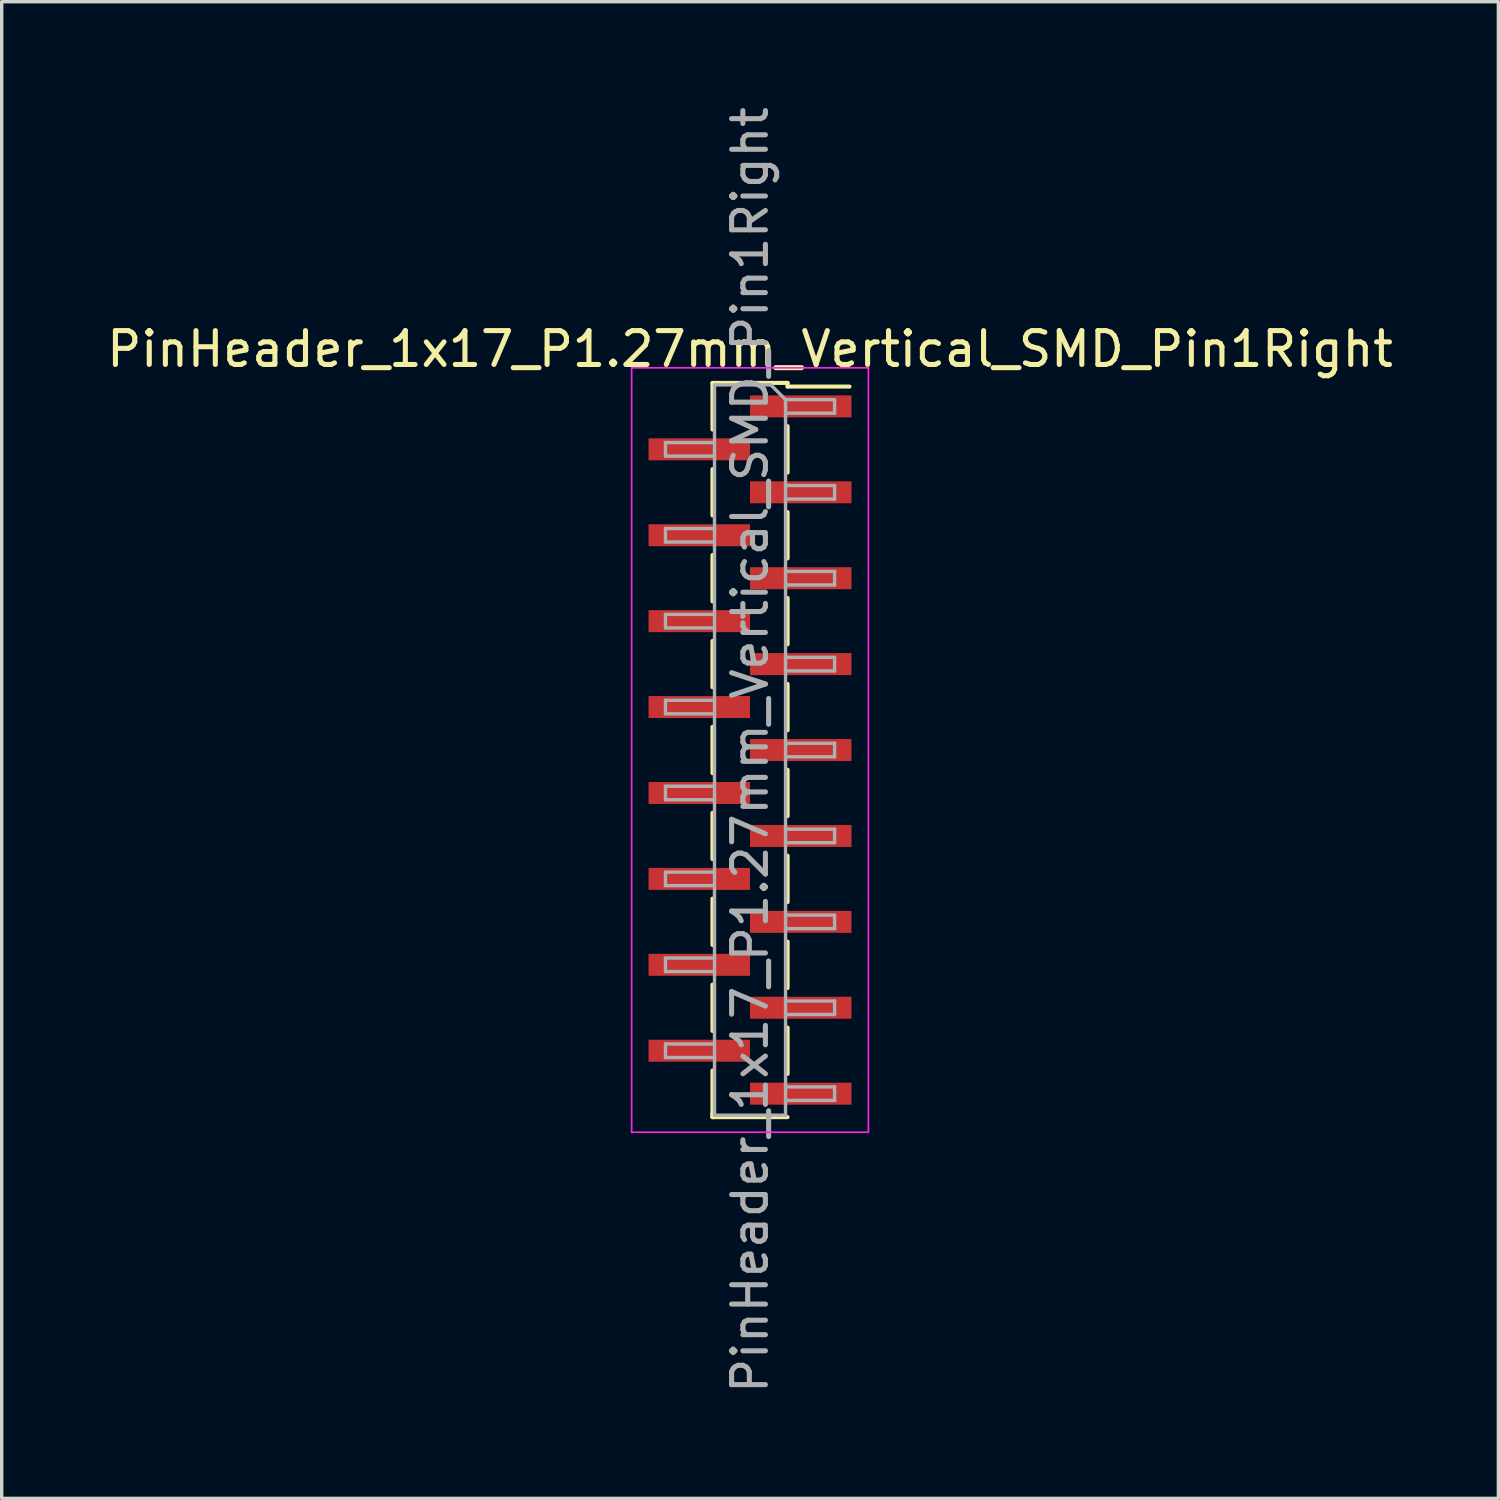
<source format=kicad_pcb>
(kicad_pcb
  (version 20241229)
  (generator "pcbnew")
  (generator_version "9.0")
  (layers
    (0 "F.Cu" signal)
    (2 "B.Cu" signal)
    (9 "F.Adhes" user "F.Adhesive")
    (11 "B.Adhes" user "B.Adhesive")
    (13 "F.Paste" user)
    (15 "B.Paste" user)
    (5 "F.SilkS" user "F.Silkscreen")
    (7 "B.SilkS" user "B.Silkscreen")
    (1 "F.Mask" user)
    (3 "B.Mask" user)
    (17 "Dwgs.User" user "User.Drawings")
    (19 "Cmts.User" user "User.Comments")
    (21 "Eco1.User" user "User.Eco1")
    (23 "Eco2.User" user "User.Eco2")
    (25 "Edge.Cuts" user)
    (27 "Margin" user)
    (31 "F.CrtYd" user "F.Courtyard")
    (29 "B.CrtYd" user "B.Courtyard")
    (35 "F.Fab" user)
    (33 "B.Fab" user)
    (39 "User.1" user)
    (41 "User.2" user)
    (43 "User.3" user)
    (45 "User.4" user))
  (footprint "PinHeader_1x17_P1.27mm_Vertical_SMD_Pin1Right"
    (layer "F.Cu")
    (at 19.125 19.125)
    (property "Reference" "PinHeader_1x17_P1.27mm_Vertical_SMD_Pin1Right" (at 0 -11.855 0) (layer "F.SilkS") (effects (font (size 1 1) (thickness 0.15))))
    (attr smd)
    (fp_line (start -1.11 -10.855) (end 1.11 -10.855) (stroke (width 0.12) (type solid)) (layer "F.SilkS"))
    (fp_line (start -1.11 -10.845) (end -1.11 -9.475) (stroke (width 0.12) (type solid)) (layer "F.SilkS"))
    (fp_line (start -1.11 -8.305) (end -1.11 -6.935) (stroke (width 0.12) (type solid)) (layer "F.SilkS"))
    (fp_line (start -1.11 -5.765) (end -1.11 -4.395) (stroke (width 0.12) (type solid)) (layer "F.SilkS"))
    (fp_line (start -1.11 -3.225) (end -1.11 -1.855) (stroke (width 0.12) (type solid)) (layer "F.SilkS"))
    (fp_line (start -1.11 -0.685) (end -1.11 0.685) (stroke (width 0.12) (type solid)) (layer "F.SilkS"))
    (fp_line (start -1.11 1.855) (end -1.11 3.225) (stroke (width 0.12) (type solid)) (layer "F.SilkS"))
    (fp_line (start -1.11 4.395) (end -1.11 5.765) (stroke (width 0.12) (type solid)) (layer "F.SilkS"))
    (fp_line (start -1.11 6.935) (end -1.11 8.305) (stroke (width 0.12) (type solid)) (layer "F.SilkS"))
    (fp_line (start -1.11 9.475) (end -1.11 10.845) (stroke (width 0.12) (type solid)) (layer "F.SilkS"))
    (fp_line (start -1.11 10.745) (end -1.11 10.855) (stroke (width 0.12) (type solid)) (layer "F.SilkS"))
    (fp_line (start -1.11 10.855) (end 1.11 10.855) (stroke (width 0.12) (type solid)) (layer "F.SilkS"))
    (fp_line (start 1.11 -10.855) (end 1.11 -10.745) (stroke (width 0.12) (type solid)) (layer "F.SilkS"))
    (fp_line (start 1.11 -10.745) (end 2.94 -10.745) (stroke (width 0.12) (type solid)) (layer "F.SilkS"))
    (fp_line (start 1.11 -9.575) (end 1.11 -8.205) (stroke (width 0.12) (type solid)) (layer "F.SilkS"))
    (fp_line (start 1.11 -7.035) (end 1.11 -5.665) (stroke (width 0.12) (type solid)) (layer "F.SilkS"))
    (fp_line (start 1.11 -4.495) (end 1.11 -3.125) (stroke (width 0.12) (type solid)) (layer "F.SilkS"))
    (fp_line (start 1.11 -1.955) (end 1.11 -0.585) (stroke (width 0.12) (type solid)) (layer "F.SilkS"))
    (fp_line (start 1.11 0.585) (end 1.11 1.955) (stroke (width 0.12) (type solid)) (layer "F.SilkS"))
    (fp_line (start 1.11 3.125) (end 1.11 4.495) (stroke (width 0.12) (type solid)) (layer "F.SilkS"))
    (fp_line (start 1.11 5.665) (end 1.11 7.035) (stroke (width 0.12) (type solid)) (layer "F.SilkS"))
    (fp_line (start 1.11 8.205) (end 1.11 9.575) (stroke (width 0.12) (type solid)) (layer "F.SilkS"))
    (fp_line (start -3.5 -11.3) (end -3.5 11.3) (stroke (width 0.05) (type solid)) (layer "F.CrtYd"))
    (fp_line (start -3.5 11.3) (end 3.5 11.3) (stroke (width 0.05) (type solid)) (layer "F.CrtYd"))
    (fp_line (start 3.5 -11.3) (end -3.5 -11.3) (stroke (width 0.05) (type solid)) (layer "F.CrtYd"))
    (fp_line (start 3.5 11.3) (end 3.5 -11.3) (stroke (width 0.05) (type solid)) (layer "F.CrtYd"))
    (fp_line (start -2.5 -9.09) (end -2.5 -8.69) (stroke (width 0.1) (type solid)) (layer "F.Fab"))
    (fp_line (start -2.5 -8.69) (end -1.05 -8.69) (stroke (width 0.1) (type solid)) (layer "F.Fab"))
    (fp_line (start -2.5 -6.55) (end -2.5 -6.15) (stroke (width 0.1) (type solid)) (layer "F.Fab"))
    (fp_line (start -2.5 -6.15) (end -1.05 -6.15) (stroke (width 0.1) (type solid)) (layer "F.Fab"))
    (fp_line (start -2.5 -4.01) (end -2.5 -3.61) (stroke (width 0.1) (type solid)) (layer "F.Fab"))
    (fp_line (start -2.5 -3.61) (end -1.05 -3.61) (stroke (width 0.1) (type solid)) (layer "F.Fab"))
    (fp_line (start -2.5 -1.47) (end -2.5 -1.07) (stroke (width 0.1) (type solid)) (layer "F.Fab"))
    (fp_line (start -2.5 -1.07) (end -1.05 -1.07) (stroke (width 0.1) (type solid)) (layer "F.Fab"))
    (fp_line (start -2.5 1.07) (end -2.5 1.47) (stroke (width 0.1) (type solid)) (layer "F.Fab"))
    (fp_line (start -2.5 1.47) (end -1.05 1.47) (stroke (width 0.1) (type solid)) (layer "F.Fab"))
    (fp_line (start -2.5 3.61) (end -2.5 4.01) (stroke (width 0.1) (type solid)) (layer "F.Fab"))
    (fp_line (start -2.5 4.01) (end -1.05 4.01) (stroke (width 0.1) (type solid)) (layer "F.Fab"))
    (fp_line (start -2.5 6.15) (end -2.5 6.55) (stroke (width 0.1) (type solid)) (layer "F.Fab"))
    (fp_line (start -2.5 6.55) (end -1.05 6.55) (stroke (width 0.1) (type solid)) (layer "F.Fab"))
    (fp_line (start -2.5 8.69) (end -2.5 9.09) (stroke (width 0.1) (type solid)) (layer "F.Fab"))
    (fp_line (start -2.5 9.09) (end -1.05 9.09) (stroke (width 0.1) (type solid)) (layer "F.Fab"))
    (fp_line (start -1.05 -10.795) (end -1.05 10.795) (stroke (width 0.1) (type solid)) (layer "F.Fab"))
    (fp_line (start -1.05 -10.795) (end 0.615 -10.795) (stroke (width 0.1) (type solid)) (layer "F.Fab"))
    (fp_line (start -1.05 -9.09) (end -2.5 -9.09) (stroke (width 0.1) (type solid)) (layer "F.Fab"))
    (fp_line (start -1.05 -6.55) (end -2.5 -6.55) (stroke (width 0.1) (type solid)) (layer "F.Fab"))
    (fp_line (start -1.05 -4.01) (end -2.5 -4.01) (stroke (width 0.1) (type solid)) (layer "F.Fab"))
    (fp_line (start -1.05 -1.47) (end -2.5 -1.47) (stroke (width 0.1) (type solid)) (layer "F.Fab"))
    (fp_line (start -1.05 1.07) (end -2.5 1.07) (stroke (width 0.1) (type solid)) (layer "F.Fab"))
    (fp_line (start -1.05 3.61) (end -2.5 3.61) (stroke (width 0.1) (type solid)) (layer "F.Fab"))
    (fp_line (start -1.05 6.15) (end -2.5 6.15) (stroke (width 0.1) (type solid)) (layer "F.Fab"))
    (fp_line (start -1.05 8.69) (end -2.5 8.69) (stroke (width 0.1) (type solid)) (layer "F.Fab"))
    (fp_line (start 1.05 -10.36) (end 0.615 -10.795) (stroke (width 0.1) (type solid)) (layer "F.Fab"))
    (fp_line (start 1.05 -10.36) (end 2.5 -10.36) (stroke (width 0.1) (type solid)) (layer "F.Fab"))
    (fp_line (start 1.05 -7.82) (end 2.5 -7.82) (stroke (width 0.1) (type solid)) (layer "F.Fab"))
    (fp_line (start 1.05 -5.28) (end 2.5 -5.28) (stroke (width 0.1) (type solid)) (layer "F.Fab"))
    (fp_line (start 1.05 -2.74) (end 2.5 -2.74) (stroke (width 0.1) (type solid)) (layer "F.Fab"))
    (fp_line (start 1.05 -0.2) (end 2.5 -0.2) (stroke (width 0.1) (type solid)) (layer "F.Fab"))
    (fp_line (start 1.05 2.34) (end 2.5 2.34) (stroke (width 0.1) (type solid)) (layer "F.Fab"))
    (fp_line (start 1.05 4.88) (end 2.5 4.88) (stroke (width 0.1) (type solid)) (layer "F.Fab"))
    (fp_line (start 1.05 7.42) (end 2.5 7.42) (stroke (width 0.1) (type solid)) (layer "F.Fab"))
    (fp_line (start 1.05 9.96) (end 2.5 9.96) (stroke (width 0.1) (type solid)) (layer "F.Fab"))
    (fp_line (start 1.05 10.795) (end -1.05 10.795) (stroke (width 0.1) (type solid)) (layer "F.Fab"))
    (fp_line (start 1.05 10.795) (end 1.05 -10.36) (stroke (width 0.1) (type solid)) (layer "F.Fab"))
    (fp_line (start 2.5 -10.36) (end 2.5 -9.96) (stroke (width 0.1) (type solid)) (layer "F.Fab"))
    (fp_line (start 2.5 -9.96) (end 1.05 -9.96) (stroke (width 0.1) (type solid)) (layer "F.Fab"))
    (fp_line (start 2.5 -7.82) (end 2.5 -7.42) (stroke (width 0.1) (type solid)) (layer "F.Fab"))
    (fp_line (start 2.5 -7.42) (end 1.05 -7.42) (stroke (width 0.1) (type solid)) (layer "F.Fab"))
    (fp_line (start 2.5 -5.28) (end 2.5 -4.88) (stroke (width 0.1) (type solid)) (layer "F.Fab"))
    (fp_line (start 2.5 -4.88) (end 1.05 -4.88) (stroke (width 0.1) (type solid)) (layer "F.Fab"))
    (fp_line (start 2.5 -2.74) (end 2.5 -2.34) (stroke (width 0.1) (type solid)) (layer "F.Fab"))
    (fp_line (start 2.5 -2.34) (end 1.05 -2.34) (stroke (width 0.1) (type solid)) (layer "F.Fab"))
    (fp_line (start 2.5 -0.2) (end 2.5 0.2) (stroke (width 0.1) (type solid)) (layer "F.Fab"))
    (fp_line (start 2.5 0.2) (end 1.05 0.2) (stroke (width 0.1) (type solid)) (layer "F.Fab"))
    (fp_line (start 2.5 2.34) (end 2.5 2.74) (stroke (width 0.1) (type solid)) (layer "F.Fab"))
    (fp_line (start 2.5 2.74) (end 1.05 2.74) (stroke (width 0.1) (type solid)) (layer "F.Fab"))
    (fp_line (start 2.5 4.88) (end 2.5 5.28) (stroke (width 0.1) (type solid)) (layer "F.Fab"))
    (fp_line (start 2.5 5.28) (end 1.05 5.28) (stroke (width 0.1) (type solid)) (layer "F.Fab"))
    (fp_line (start 2.5 7.42) (end 2.5 7.82) (stroke (width 0.1) (type solid)) (layer "F.Fab"))
    (fp_line (start 2.5 7.82) (end 1.05 7.82) (stroke (width 0.1) (type solid)) (layer "F.Fab"))
    (fp_line (start 2.5 9.96) (end 2.5 10.36) (stroke (width 0.1) (type solid)) (layer "F.Fab"))
    (fp_line (start 2.5 10.36) (end 1.05 10.36) (stroke (width 0.1) (type solid)) (layer "F.Fab"))
    (fp_text user "${REFERENCE}" (at 0 0 90) (layer "F.Fab") (effects (font (size 1 1) (thickness 0.15))))
    (pad "1" smd rect (at 1.5 -10.16) (size 3 0.65) (layers "F.Cu" "F.Mask" "F.Paste"))
    (pad "2" smd rect (at -1.5 -8.89) (size 3 0.65) (layers "F.Cu" "F.Mask" "F.Paste"))
    (pad "3" smd rect (at 1.5 -7.62) (size 3 0.65) (layers "F.Cu" "F.Mask" "F.Paste"))
    (pad "4" smd rect (at -1.5 -6.35) (size 3 0.65) (layers "F.Cu" "F.Mask" "F.Paste"))
    (pad "5" smd rect (at 1.5 -5.08) (size 3 0.65) (layers "F.Cu" "F.Mask" "F.Paste"))
    (pad "6" smd rect (at -1.5 -3.81) (size 3 0.65) (layers "F.Cu" "F.Mask" "F.Paste"))
    (pad "7" smd rect (at 1.5 -2.54) (size 3 0.65) (layers "F.Cu" "F.Mask" "F.Paste"))
    (pad "8" smd rect (at -1.5 -1.27) (size 3 0.65) (layers "F.Cu" "F.Mask" "F.Paste"))
    (pad "9" smd rect (at 1.5 0) (size 3 0.65) (layers "F.Cu" "F.Mask" "F.Paste"))
    (pad "10" smd rect (at -1.5 1.27) (size 3 0.65) (layers "F.Cu" "F.Mask" "F.Paste"))
    (pad "11" smd rect (at 1.5 2.54) (size 3 0.65) (layers "F.Cu" "F.Mask" "F.Paste"))
    (pad "12" smd rect (at -1.5 3.81) (size 3 0.65) (layers "F.Cu" "F.Mask" "F.Paste"))
    (pad "13" smd rect (at 1.5 5.08) (size 3 0.65) (layers "F.Cu" "F.Mask" "F.Paste"))
    (pad "14" smd rect (at -1.5 6.35) (size 3 0.65) (layers "F.Cu" "F.Mask" "F.Paste"))
    (pad "15" smd rect (at 1.5 7.62) (size 3 0.65) (layers "F.Cu" "F.Mask" "F.Paste"))
    (pad "16" smd rect (at -1.5 8.89) (size 3 0.65) (layers "F.Cu" "F.Mask" "F.Paste"))
    (pad "17" smd rect (at 1.5 10.16) (size 3 0.65) (layers "F.Cu" "F.Mask" "F.Paste")))
  (gr_rect
    (start -3 -3)
    (end 41.25 41.25)
    (stroke (width 0.1) (type default))
    (fill no)
    (layer "Edge.Cuts")))
</source>
